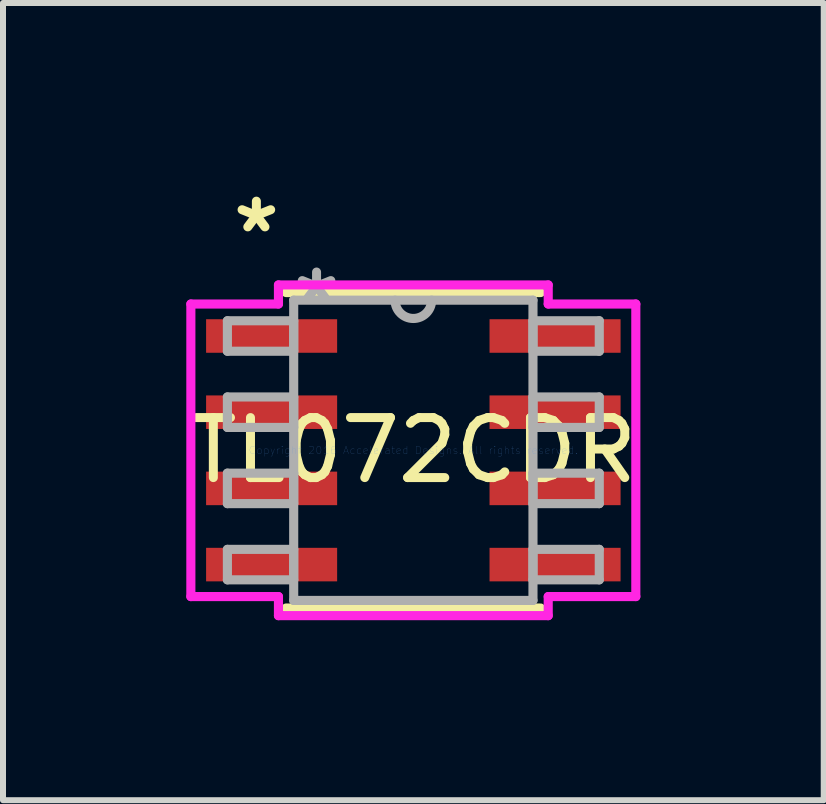
<source format=kicad_pcb>
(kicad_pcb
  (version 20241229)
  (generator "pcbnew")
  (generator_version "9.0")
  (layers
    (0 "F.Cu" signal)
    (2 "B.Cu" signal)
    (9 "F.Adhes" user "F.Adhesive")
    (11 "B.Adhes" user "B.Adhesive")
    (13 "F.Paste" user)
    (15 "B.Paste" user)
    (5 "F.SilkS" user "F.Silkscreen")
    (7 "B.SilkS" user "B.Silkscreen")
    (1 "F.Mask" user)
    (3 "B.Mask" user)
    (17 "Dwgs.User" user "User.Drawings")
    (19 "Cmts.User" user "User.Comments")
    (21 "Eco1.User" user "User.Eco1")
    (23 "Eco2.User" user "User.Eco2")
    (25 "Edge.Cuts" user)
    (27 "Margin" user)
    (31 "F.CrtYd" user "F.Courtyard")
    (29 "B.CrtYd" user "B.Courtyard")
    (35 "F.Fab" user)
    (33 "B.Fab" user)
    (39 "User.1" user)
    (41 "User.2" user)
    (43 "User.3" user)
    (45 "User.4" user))
  (footprint "TL072CDR"
    (layer "F.Cu")
    (at 3.839 4.455)
    (property "Reference" "TL072CDR" (at 0 0 0) (layer "F.SilkS") (effects (font (size 1 1) (thickness 0.15))))
    (attr through_hole)
    (fp_line (start -2.121 2.629) (end 2.121 2.629) (stroke (width 0.152) (type solid)) (layer "F.SilkS"))
    (fp_line (start 2.121 -2.629) (end -2.121 -2.629) (stroke (width 0.152) (type solid)) (layer "F.SilkS"))
    (fp_line (start -3.708 -2.438) (end -2.248 -2.438) (stroke (width 0.152) (type solid)) (layer "F.CrtYd"))
    (fp_line (start -3.708 2.438) (end -3.708 -2.438) (stroke (width 0.152) (type solid)) (layer "F.CrtYd"))
    (fp_line (start -2.248 -2.756) (end 2.248 -2.756) (stroke (width 0.152) (type solid)) (layer "F.CrtYd"))
    (fp_line (start -2.248 -2.438) (end -2.248 -2.756) (stroke (width 0.152) (type solid)) (layer "F.CrtYd"))
    (fp_line (start -2.248 2.438) (end -3.708 2.438) (stroke (width 0.152) (type solid)) (layer "F.CrtYd"))
    (fp_line (start -2.248 2.756) (end -2.248 2.438) (stroke (width 0.152) (type solid)) (layer "F.CrtYd"))
    (fp_line (start 2.248 -2.756) (end 2.248 -2.438) (stroke (width 0.152) (type solid)) (layer "F.CrtYd"))
    (fp_line (start 2.248 -2.438) (end 3.708 -2.438) (stroke (width 0.152) (type solid)) (layer "F.CrtYd"))
    (fp_line (start 2.248 2.438) (end 2.248 2.756) (stroke (width 0.152) (type solid)) (layer "F.CrtYd"))
    (fp_line (start 2.248 2.756) (end -2.248 2.756) (stroke (width 0.152) (type solid)) (layer "F.CrtYd"))
    (fp_line (start 3.708 -2.438) (end 3.708 2.438) (stroke (width 0.152) (type solid)) (layer "F.CrtYd"))
    (fp_line (start 3.708 2.438) (end 2.248 2.438) (stroke (width 0.152) (type solid)) (layer "F.CrtYd"))
    (fp_line (start -3.099 -2.159) (end -3.099 -1.651) (stroke (width 0.152) (type solid)) (layer "F.Fab"))
    (fp_line (start -3.099 -1.651) (end -1.994 -1.651) (stroke (width 0.152) (type solid)) (layer "F.Fab"))
    (fp_line (start -3.099 -0.889) (end -3.099 -0.381) (stroke (width 0.152) (type solid)) (layer "F.Fab"))
    (fp_line (start -3.099 -0.381) (end -1.994 -0.381) (stroke (width 0.152) (type solid)) (layer "F.Fab"))
    (fp_line (start -3.099 0.381) (end -3.099 0.889) (stroke (width 0.152) (type solid)) (layer "F.Fab"))
    (fp_line (start -3.099 0.889) (end -1.994 0.889) (stroke (width 0.152) (type solid)) (layer "F.Fab"))
    (fp_line (start -3.099 1.651) (end -3.099 2.159) (stroke (width 0.152) (type solid)) (layer "F.Fab"))
    (fp_line (start -3.099 2.159) (end -1.994 2.159) (stroke (width 0.152) (type solid)) (layer "F.Fab"))
    (fp_line (start -1.994 -2.502) (end -1.994 2.502) (stroke (width 0.152) (type solid)) (layer "F.Fab"))
    (fp_line (start -1.994 -2.159) (end -3.099 -2.159) (stroke (width 0.152) (type solid)) (layer "F.Fab"))
    (fp_line (start -1.994 -1.651) (end -1.994 -2.159) (stroke (width 0.152) (type solid)) (layer "F.Fab"))
    (fp_line (start -1.994 -0.889) (end -3.099 -0.889) (stroke (width 0.152) (type solid)) (layer "F.Fab"))
    (fp_line (start -1.994 -0.381) (end -1.994 -0.889) (stroke (width 0.152) (type solid)) (layer "F.Fab"))
    (fp_line (start -1.994 0.381) (end -3.099 0.381) (stroke (width 0.152) (type solid)) (layer "F.Fab"))
    (fp_line (start -1.994 0.889) (end -1.994 0.381) (stroke (width 0.152) (type solid)) (layer "F.Fab"))
    (fp_line (start -1.994 1.651) (end -3.099 1.651) (stroke (width 0.152) (type solid)) (layer "F.Fab"))
    (fp_line (start -1.994 2.159) (end -1.994 1.651) (stroke (width 0.152) (type solid)) (layer "F.Fab"))
    (fp_line (start -1.994 2.502) (end 1.994 2.502) (stroke (width 0.152) (type solid)) (layer "F.Fab"))
    (fp_line (start 1.994 -2.502) (end -1.994 -2.502) (stroke (width 0.152) (type solid)) (layer "F.Fab"))
    (fp_line (start 1.994 -2.159) (end 1.994 -1.651) (stroke (width 0.152) (type solid)) (layer "F.Fab"))
    (fp_line (start 1.994 -1.651) (end 3.099 -1.651) (stroke (width 0.152) (type solid)) (layer "F.Fab"))
    (fp_line (start 1.994 -0.889) (end 1.994 -0.381) (stroke (width 0.152) (type solid)) (layer "F.Fab"))
    (fp_line (start 1.994 -0.381) (end 3.099 -0.381) (stroke (width 0.152) (type solid)) (layer "F.Fab"))
    (fp_line (start 1.994 0.381) (end 1.994 0.889) (stroke (width 0.152) (type solid)) (layer "F.Fab"))
    (fp_line (start 1.994 0.889) (end 3.099 0.889) (stroke (width 0.152) (type solid)) (layer "F.Fab"))
    (fp_line (start 1.994 1.651) (end 1.994 2.159) (stroke (width 0.152) (type solid)) (layer "F.Fab"))
    (fp_line (start 1.994 2.159) (end 3.099 2.159) (stroke (width 0.152) (type solid)) (layer "F.Fab"))
    (fp_line (start 1.994 2.502) (end 1.994 -2.502) (stroke (width 0.152) (type solid)) (layer "F.Fab"))
    (fp_line (start 3.099 -2.159) (end 1.994 -2.159) (stroke (width 0.152) (type solid)) (layer "F.Fab"))
    (fp_line (start 3.099 -1.651) (end 3.099 -2.159) (stroke (width 0.152) (type solid)) (layer "F.Fab"))
    (fp_line (start 3.099 -0.889) (end 1.994 -0.889) (stroke (width 0.152) (type solid)) (layer "F.Fab"))
    (fp_line (start 3.099 -0.381) (end 3.099 -0.889) (stroke (width 0.152) (type solid)) (layer "F.Fab"))
    (fp_line (start 3.099 0.381) (end 1.994 0.381) (stroke (width 0.152) (type solid)) (layer "F.Fab"))
    (fp_line (start 3.099 0.889) (end 3.099 0.381) (stroke (width 0.152) (type solid)) (layer "F.Fab"))
    (fp_line (start 3.099 1.651) (end 1.994 1.651) (stroke (width 0.152) (type solid)) (layer "F.Fab"))
    (fp_line (start 3.099 2.159) (end 3.099 1.651) (stroke (width 0.152) (type solid)) (layer "F.Fab"))
    (fp_arc (start 0.3048 -2.5019) (mid 0 -2.1971) (end -0.3048 -2.5019) (stroke (width 0.1524) (type solid)) (layer "F.Fab"))
    (fp_text user "*" (at -2.616 -3.607 0) (layer "F.SilkS") (effects (font (size 1 1) (thickness 0.15))))
    (fp_text user "Copyright 2016 Accelerated Designs. All rights reserved." (at 0 0 0) (layer "Cmts.User") (effects (font (size 0.127 0.127) (thickness 0.002))))
    (fp_text user "*" (at -1.613 -2.426 0) (layer "F.Fab") (effects (font (size 1 1) (thickness 0.15))))
    (pad "1" smd rect (at -2.362 -1.905) (size 2.184 0.559) (layers "F.Cu" "F.Mask" "F.Paste"))
    (pad "2" smd rect (at -2.362 -0.635) (size 2.184 0.559) (layers "F.Cu" "F.Mask" "F.Paste"))
    (pad "3" smd rect (at -2.362 0.635) (size 2.184 0.559) (layers "F.Cu" "F.Mask" "F.Paste"))
    (pad "4" smd rect (at -2.362 1.905) (size 2.184 0.559) (layers "F.Cu" "F.Mask" "F.Paste"))
    (pad "5" smd rect (at 2.362 1.905) (size 2.184 0.559) (layers "F.Cu" "F.Mask" "F.Paste"))
    (pad "6" smd rect (at 2.362 0.635) (size 2.184 0.559) (layers "F.Cu" "F.Mask" "F.Paste"))
    (pad "7" smd rect (at 2.362 -0.635) (size 2.184 0.559) (layers "F.Cu" "F.Mask" "F.Paste"))
    (pad "8" smd rect (at 2.362 -1.905) (size 2.184 0.559) (layers "F.Cu" "F.Mask" "F.Paste")))
  (gr_rect
    (start -3 -3)
    (end 10.679 10.287)
    (stroke (width 0.1) (type default))
    (fill no)
    (layer "Edge.Cuts")))
</source>
